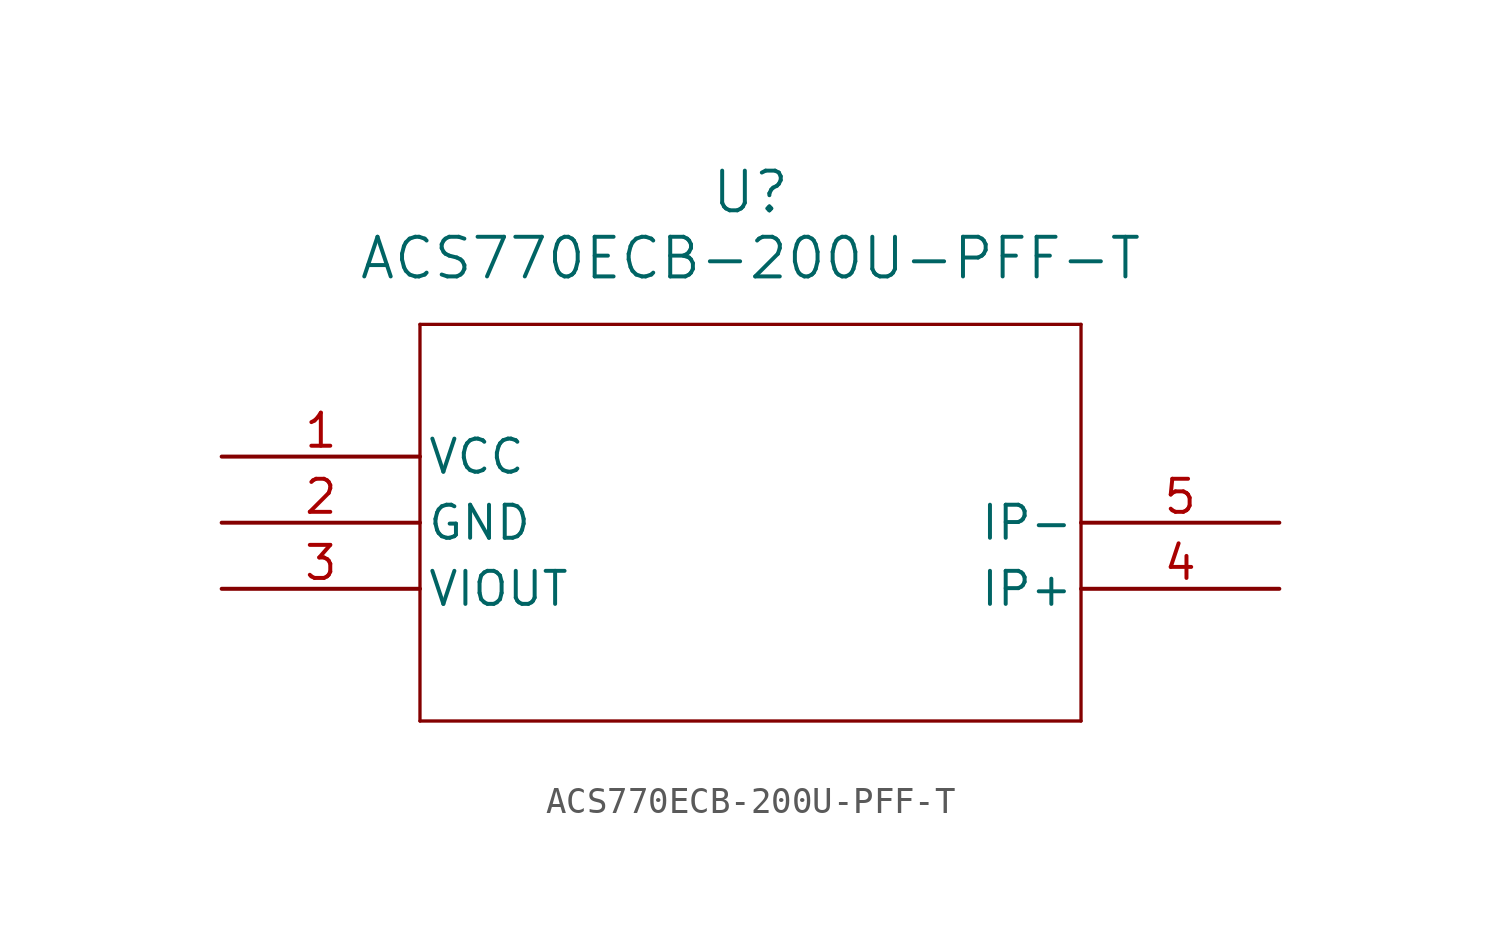
<source format=kicad_sym>
(kicad_symbol_lib
  (version 20211014)
  (generator kicad_symbol_editor)
  (symbol "ACS770ECB-200U-PFF-T"
    (pin_names
      (offset 0.254))
    (property "Reference" "U"
      (at 20.32 10.16 0)
      (effects (font (size 1.524 1.524))))
    (property "Value" "ACS770ECB-200U-PFF-T"
      (at 20.32 7.62 0)
      (effects (font (size 1.524 1.524))))
    (symbol "ACS770ECB-200U-PFF-T_0_1"
      (polyline (pts (xy 7.62 5.08) (xy 7.62 -10.16)) (stroke (width 0.127) (type default) (color 0 0 0 0)) (fill (type none)))
      (polyline (pts (xy 7.62 -10.16) (xy 33.02 -10.16)) (stroke (width 0.127) (type default) (color 0 0 0 0)) (fill (type none)))
      (polyline (pts (xy 33.02 -10.16) (xy 33.02 5.08)) (stroke (width 0.127) (type default) (color 0 0 0 0)) (fill (type none)))
      (polyline (pts (xy 33.02 5.08) (xy 7.62 5.08)) (stroke (width 0.127) (type default) (color 0 0 0 0)) (fill (type none)))
      (pin power_in line (at 0 0 0) (length 7.62) (name "VCC" (effects (font (size 1.27 1.27)))) (number "1" (effects (font (size 1.27 1.27)))))
      (pin power_out line (at 0 -2.54 0) (length 7.62) (name "GND" (effects (font (size 1.27 1.27)))) (number "2" (effects (font (size 1.27 1.27)))))
      (pin output line (at 0 -5.08 0) (length 7.62) (name "VIOUT" (effects (font (size 1.27 1.27)))) (number "3" (effects (font (size 1.27 1.27)))))
      (pin unspecified line (at 40.64 -5.08 180) (length 7.62) (name "IP+" (effects (font (size 1.27 1.27)))) (number "4" (effects (font (size 1.27 1.27)))))
      (pin unspecified line (at 40.64 -2.54 180) (length 7.62) (name "IP-" (effects (font (size 1.27 1.27)))) (number "5" (effects (font (size 1.27 1.27))))))))
</source>
